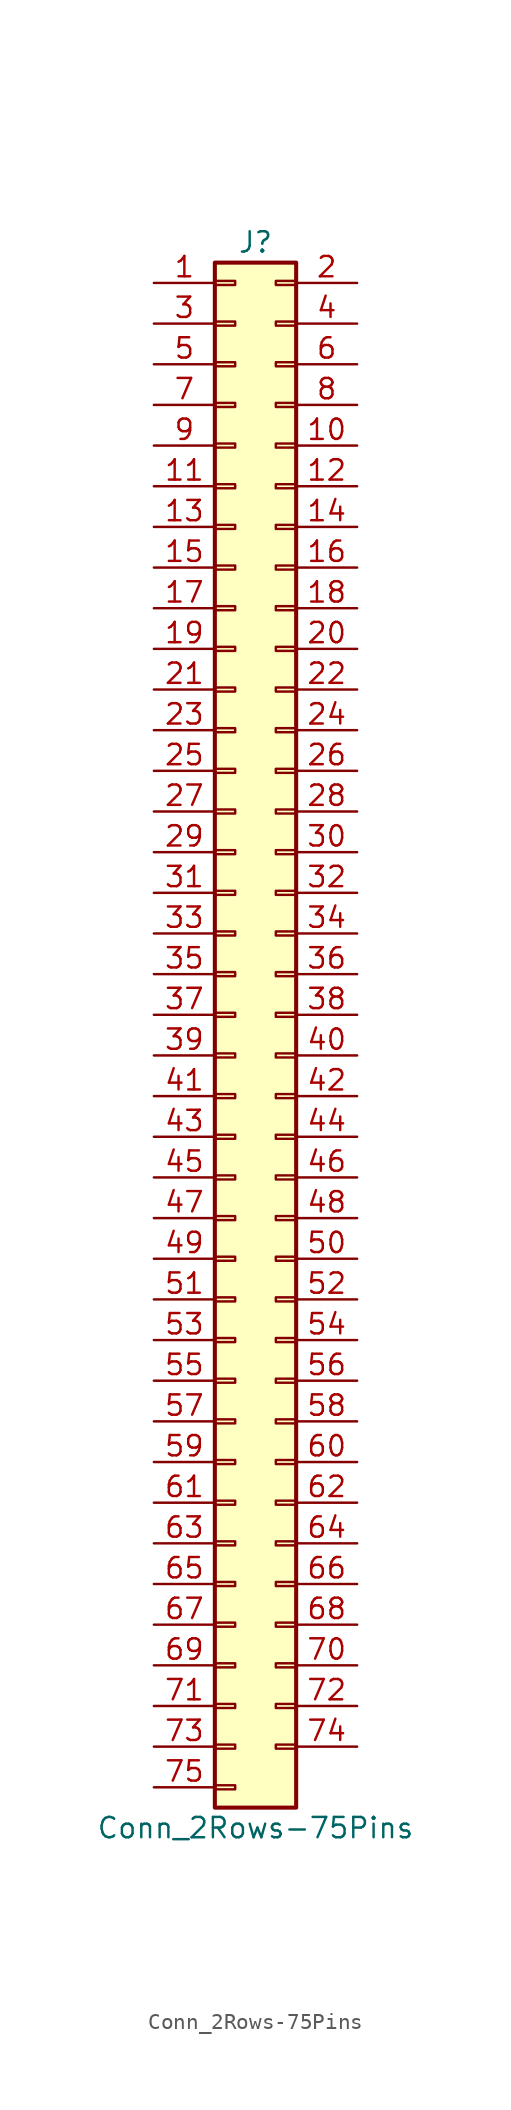
<source format=kicad_sym>
(kicad_symbol_lib
  (version 20220914)
  (generator kicad_symbol_editor)
  (symbol "Conn_2Rows-75Pins"
    (pin_names
      (offset 1.016) hide)
    (property "Reference" "J"
      (at 1.27 48.26 0)
      (effects (font (size 1.27 1.27))))
    (property "Value" "Conn_2Rows-75Pins"
      (at 1.27 -50.8 0)
      (effects (font (size 1.27 1.27))))
    (symbol "Conn_2Rows-75Pins_1_1"
      (rectangle (start -1.27 -48.133) (end 0 -48.387) (stroke (width 0.152) (type solid)) (fill (type none)))
      (rectangle (start -1.27 -45.593) (end 0 -45.847) (stroke (width 0.152) (type solid)) (fill (type none)))
      (rectangle (start -1.27 -43.053) (end 0 -43.307) (stroke (width 0.152) (type solid)) (fill (type none)))
      (rectangle (start -1.27 -40.513) (end 0 -40.767) (stroke (width 0.152) (type solid)) (fill (type none)))
      (rectangle (start -1.27 -37.973) (end 0 -38.227) (stroke (width 0.152) (type solid)) (fill (type none)))
      (rectangle (start -1.27 -35.433) (end 0 -35.687) (stroke (width 0.152) (type solid)) (fill (type none)))
      (rectangle (start -1.27 -32.893) (end 0 -33.147) (stroke (width 0.152) (type solid)) (fill (type none)))
      (rectangle (start -1.27 -30.353) (end 0 -30.607) (stroke (width 0.152) (type solid)) (fill (type none)))
      (rectangle (start -1.27 -27.813) (end 0 -28.067) (stroke (width 0.152) (type solid)) (fill (type none)))
      (rectangle (start -1.27 -25.273) (end 0 -25.527) (stroke (width 0.152) (type solid)) (fill (type none)))
      (rectangle (start -1.27 -22.733) (end 0 -22.987) (stroke (width 0.152) (type solid)) (fill (type none)))
      (rectangle (start -1.27 -20.193) (end 0 -20.447) (stroke (width 0.152) (type solid)) (fill (type none)))
      (rectangle (start -1.27 -17.653) (end 0 -17.907) (stroke (width 0.152) (type solid)) (fill (type none)))
      (rectangle (start -1.27 -15.113) (end 0 -15.367) (stroke (width 0.152) (type solid)) (fill (type none)))
      (rectangle (start -1.27 -12.573) (end 0 -12.827) (stroke (width 0.152) (type solid)) (fill (type none)))
      (rectangle (start -1.27 -10.033) (end 0 -10.287) (stroke (width 0.152) (type solid)) (fill (type none)))
      (rectangle (start -1.27 -7.493) (end 0 -7.747) (stroke (width 0.152) (type solid)) (fill (type none)))
      (rectangle (start -1.27 -4.953) (end 0 -5.207) (stroke (width 0.152) (type solid)) (fill (type none)))
      (rectangle (start -1.27 -2.413) (end 0 -2.667) (stroke (width 0.152) (type solid)) (fill (type none)))
      (rectangle (start -1.27 0.127) (end 0 -0.127) (stroke (width 0.152) (type solid)) (fill (type none)))
      (rectangle (start -1.27 2.667) (end 0 2.413) (stroke (width 0.152) (type solid)) (fill (type none)))
      (rectangle (start -1.27 5.207) (end 0 4.953) (stroke (width 0.152) (type solid)) (fill (type none)))
      (rectangle (start -1.27 7.747) (end 0 7.493) (stroke (width 0.152) (type solid)) (fill (type none)))
      (rectangle (start -1.27 10.287) (end 0 10.033) (stroke (width 0.152) (type solid)) (fill (type none)))
      (rectangle (start -1.27 12.827) (end 0 12.573) (stroke (width 0.152) (type solid)) (fill (type none)))
      (rectangle (start -1.27 15.367) (end 0 15.113) (stroke (width 0.152) (type solid)) (fill (type none)))
      (rectangle (start -1.27 17.907) (end 0 17.653) (stroke (width 0.152) (type solid)) (fill (type none)))
      (rectangle (start -1.27 20.447) (end 0 20.193) (stroke (width 0.152) (type solid)) (fill (type none)))
      (rectangle (start -1.27 22.987) (end 0 22.733) (stroke (width 0.152) (type solid)) (fill (type none)))
      (rectangle (start -1.27 25.527) (end 0 25.273) (stroke (width 0.152) (type solid)) (fill (type none)))
      (rectangle (start -1.27 28.067) (end 0 27.813) (stroke (width 0.152) (type solid)) (fill (type none)))
      (rectangle (start -1.27 30.607) (end 0 30.353) (stroke (width 0.152) (type solid)) (fill (type none)))
      (rectangle (start -1.27 33.147) (end 0 32.893) (stroke (width 0.152) (type solid)) (fill (type none)))
      (rectangle (start -1.27 35.687) (end 0 35.433) (stroke (width 0.152) (type solid)) (fill (type none)))
      (rectangle (start -1.27 38.227) (end 0 37.973) (stroke (width 0.152) (type solid)) (fill (type none)))
      (rectangle (start -1.27 40.767) (end 0 40.513) (stroke (width 0.152) (type solid)) (fill (type none)))
      (rectangle (start -1.27 43.307) (end 0 43.053) (stroke (width 0.152) (type solid)) (fill (type none)))
      (rectangle (start -1.27 45.847) (end 0 45.593) (stroke (width 0.152) (type solid)) (fill (type none)))
      (rectangle (start -1.27 46.99) (end 3.81 -49.53) (stroke (width 0.254) (type solid)) (fill (type background)))
      (rectangle (start 3.81 -45.593) (end 2.54 -45.847) (stroke (width 0.152) (type solid)) (fill (type none)))
      (rectangle (start 3.81 -43.053) (end 2.54 -43.307) (stroke (width 0.152) (type solid)) (fill (type none)))
      (rectangle (start 3.81 -40.513) (end 2.54 -40.767) (stroke (width 0.152) (type solid)) (fill (type none)))
      (rectangle (start 3.81 -37.973) (end 2.54 -38.227) (stroke (width 0.152) (type solid)) (fill (type none)))
      (rectangle (start 3.81 -35.433) (end 2.54 -35.687) (stroke (width 0.152) (type solid)) (fill (type none)))
      (rectangle (start 3.81 -32.893) (end 2.54 -33.147) (stroke (width 0.152) (type solid)) (fill (type none)))
      (rectangle (start 3.81 -30.353) (end 2.54 -30.607) (stroke (width 0.152) (type solid)) (fill (type none)))
      (rectangle (start 3.81 -27.813) (end 2.54 -28.067) (stroke (width 0.152) (type solid)) (fill (type none)))
      (rectangle (start 3.81 -25.273) (end 2.54 -25.527) (stroke (width 0.152) (type solid)) (fill (type none)))
      (rectangle (start 3.81 -22.733) (end 2.54 -22.987) (stroke (width 0.152) (type solid)) (fill (type none)))
      (rectangle (start 3.81 -20.193) (end 2.54 -20.447) (stroke (width 0.152) (type solid)) (fill (type none)))
      (rectangle (start 3.81 -17.653) (end 2.54 -17.907) (stroke (width 0.152) (type solid)) (fill (type none)))
      (rectangle (start 3.81 -15.113) (end 2.54 -15.367) (stroke (width 0.152) (type solid)) (fill (type none)))
      (rectangle (start 3.81 -12.573) (end 2.54 -12.827) (stroke (width 0.152) (type solid)) (fill (type none)))
      (rectangle (start 3.81 -10.033) (end 2.54 -10.287) (stroke (width 0.152) (type solid)) (fill (type none)))
      (rectangle (start 3.81 -7.493) (end 2.54 -7.747) (stroke (width 0.152) (type solid)) (fill (type none)))
      (rectangle (start 3.81 -4.953) (end 2.54 -5.207) (stroke (width 0.152) (type solid)) (fill (type none)))
      (rectangle (start 3.81 -2.413) (end 2.54 -2.667) (stroke (width 0.152) (type solid)) (fill (type none)))
      (rectangle (start 3.81 0.127) (end 2.54 -0.127) (stroke (width 0.152) (type solid)) (fill (type none)))
      (rectangle (start 3.81 2.667) (end 2.54 2.413) (stroke (width 0.152) (type solid)) (fill (type none)))
      (rectangle (start 3.81 5.207) (end 2.54 4.953) (stroke (width 0.152) (type solid)) (fill (type none)))
      (rectangle (start 3.81 7.747) (end 2.54 7.493) (stroke (width 0.152) (type solid)) (fill (type none)))
      (rectangle (start 3.81 10.287) (end 2.54 10.033) (stroke (width 0.152) (type solid)) (fill (type none)))
      (rectangle (start 3.81 12.827) (end 2.54 12.573) (stroke (width 0.152) (type solid)) (fill (type none)))
      (rectangle (start 3.81 15.367) (end 2.54 15.113) (stroke (width 0.152) (type solid)) (fill (type none)))
      (rectangle (start 3.81 17.907) (end 2.54 17.653) (stroke (width 0.152) (type solid)) (fill (type none)))
      (rectangle (start 3.81 20.447) (end 2.54 20.193) (stroke (width 0.152) (type solid)) (fill (type none)))
      (rectangle (start 3.81 22.987) (end 2.54 22.733) (stroke (width 0.152) (type solid)) (fill (type none)))
      (rectangle (start 3.81 25.527) (end 2.54 25.273) (stroke (width 0.152) (type solid)) (fill (type none)))
      (rectangle (start 3.81 28.067) (end 2.54 27.813) (stroke (width 0.152) (type solid)) (fill (type none)))
      (rectangle (start 3.81 30.607) (end 2.54 30.353) (stroke (width 0.152) (type solid)) (fill (type none)))
      (rectangle (start 3.81 33.147) (end 2.54 32.893) (stroke (width 0.152) (type solid)) (fill (type none)))
      (rectangle (start 3.81 35.687) (end 2.54 35.433) (stroke (width 0.152) (type solid)) (fill (type none)))
      (rectangle (start 3.81 38.227) (end 2.54 37.973) (stroke (width 0.152) (type solid)) (fill (type none)))
      (rectangle (start 3.81 40.767) (end 2.54 40.513) (stroke (width 0.152) (type solid)) (fill (type none)))
      (rectangle (start 3.81 43.307) (end 2.54 43.053) (stroke (width 0.152) (type solid)) (fill (type none)))
      (rectangle (start 3.81 45.847) (end 2.54 45.593) (stroke (width 0.152) (type solid)) (fill (type none)))
      (pin passive line (at -5.08 45.72 0) (length 3.81) (name "Pin_1" (effects (font (size 1.27 1.27)))) (number "1" (effects (font (size 1.27 1.27)))))
      (pin passive line (at 7.62 35.56 180) (length 3.81) (name "Pin_10" (effects (font (size 1.27 1.27)))) (number "10" (effects (font (size 1.27 1.27)))))
      (pin passive line (at -5.08 33.02 0) (length 3.81) (name "Pin_11" (effects (font (size 1.27 1.27)))) (number "11" (effects (font (size 1.27 1.27)))))
      (pin passive line (at 7.62 33.02 180) (length 3.81) (name "Pin_12" (effects (font (size 1.27 1.27)))) (number "12" (effects (font (size 1.27 1.27)))))
      (pin passive line (at -5.08 30.48 0) (length 3.81) (name "Pin_13" (effects (font (size 1.27 1.27)))) (number "13" (effects (font (size 1.27 1.27)))))
      (pin passive line (at 7.62 30.48 180) (length 3.81) (name "Pin_14" (effects (font (size 1.27 1.27)))) (number "14" (effects (font (size 1.27 1.27)))))
      (pin passive line (at -5.08 27.94 0) (length 3.81) (name "Pin_15" (effects (font (size 1.27 1.27)))) (number "15" (effects (font (size 1.27 1.27)))))
      (pin passive line (at 7.62 27.94 180) (length 3.81) (name "Pin_16" (effects (font (size 1.27 1.27)))) (number "16" (effects (font (size 1.27 1.27)))))
      (pin passive line (at -5.08 25.4 0) (length 3.81) (name "Pin_17" (effects (font (size 1.27 1.27)))) (number "17" (effects (font (size 1.27 1.27)))))
      (pin passive line (at 7.62 25.4 180) (length 3.81) (name "Pin_18" (effects (font (size 1.27 1.27)))) (number "18" (effects (font (size 1.27 1.27)))))
      (pin passive line (at -5.08 22.86 0) (length 3.81) (name "Pin_19" (effects (font (size 1.27 1.27)))) (number "19" (effects (font (size 1.27 1.27)))))
      (pin passive line (at 7.62 45.72 180) (length 3.81) (name "Pin_2" (effects (font (size 1.27 1.27)))) (number "2" (effects (font (size 1.27 1.27)))))
      (pin passive line (at 7.62 22.86 180) (length 3.81) (name "Pin_20" (effects (font (size 1.27 1.27)))) (number "20" (effects (font (size 1.27 1.27)))))
      (pin passive line (at -5.08 20.32 0) (length 3.81) (name "Pin_21" (effects (font (size 1.27 1.27)))) (number "21" (effects (font (size 1.27 1.27)))))
      (pin passive line (at 7.62 20.32 180) (length 3.81) (name "Pin_22" (effects (font (size 1.27 1.27)))) (number "22" (effects (font (size 1.27 1.27)))))
      (pin passive line (at -5.08 17.78 0) (length 3.81) (name "Pin_23" (effects (font (size 1.27 1.27)))) (number "23" (effects (font (size 1.27 1.27)))))
      (pin passive line (at 7.62 17.78 180) (length 3.81) (name "Pin_24" (effects (font (size 1.27 1.27)))) (number "24" (effects (font (size 1.27 1.27)))))
      (pin passive line (at -5.08 15.24 0) (length 3.81) (name "Pin_25" (effects (font (size 1.27 1.27)))) (number "25" (effects (font (size 1.27 1.27)))))
      (pin passive line (at 7.62 15.24 180) (length 3.81) (name "Pin_26" (effects (font (size 1.27 1.27)))) (number "26" (effects (font (size 1.27 1.27)))))
      (pin passive line (at -5.08 12.7 0) (length 3.81) (name "Pin_27" (effects (font (size 1.27 1.27)))) (number "27" (effects (font (size 1.27 1.27)))))
      (pin passive line (at 7.62 12.7 180) (length 3.81) (name "Pin_28" (effects (font (size 1.27 1.27)))) (number "28" (effects (font (size 1.27 1.27)))))
      (pin passive line (at -5.08 10.16 0) (length 3.81) (name "Pin_29" (effects (font (size 1.27 1.27)))) (number "29" (effects (font (size 1.27 1.27)))))
      (pin passive line (at -5.08 43.18 0) (length 3.81) (name "Pin_3" (effects (font (size 1.27 1.27)))) (number "3" (effects (font (size 1.27 1.27)))))
      (pin passive line (at 7.62 10.16 180) (length 3.81) (name "Pin_30" (effects (font (size 1.27 1.27)))) (number "30" (effects (font (size 1.27 1.27)))))
      (pin passive line (at -5.08 7.62 0) (length 3.81) (name "Pin_31" (effects (font (size 1.27 1.27)))) (number "31" (effects (font (size 1.27 1.27)))))
      (pin passive line (at 7.62 7.62 180) (length 3.81) (name "Pin_32" (effects (font (size 1.27 1.27)))) (number "32" (effects (font (size 1.27 1.27)))))
      (pin passive line (at -5.08 5.08 0) (length 3.81) (name "Pin_33" (effects (font (size 1.27 1.27)))) (number "33" (effects (font (size 1.27 1.27)))))
      (pin passive line (at 7.62 5.08 180) (length 3.81) (name "Pin_34" (effects (font (size 1.27 1.27)))) (number "34" (effects (font (size 1.27 1.27)))))
      (pin passive line (at -5.08 2.54 0) (length 3.81) (name "Pin_35" (effects (font (size 1.27 1.27)))) (number "35" (effects (font (size 1.27 1.27)))))
      (pin passive line (at 7.62 2.54 180) (length 3.81) (name "Pin_36" (effects (font (size 1.27 1.27)))) (number "36" (effects (font (size 1.27 1.27)))))
      (pin passive line (at -5.08 0 0) (length 3.81) (name "Pin_37" (effects (font (size 1.27 1.27)))) (number "37" (effects (font (size 1.27 1.27)))))
      (pin passive line (at 7.62 0 180) (length 3.81) (name "Pin_38" (effects (font (size 1.27 1.27)))) (number "38" (effects (font (size 1.27 1.27)))))
      (pin passive line (at -5.08 -2.54 0) (length 3.81) (name "Pin_39" (effects (font (size 1.27 1.27)))) (number "39" (effects (font (size 1.27 1.27)))))
      (pin passive line (at 7.62 43.18 180) (length 3.81) (name "Pin_4" (effects (font (size 1.27 1.27)))) (number "4" (effects (font (size 1.27 1.27)))))
      (pin passive line (at 7.62 -2.54 180) (length 3.81) (name "Pin_40" (effects (font (size 1.27 1.27)))) (number "40" (effects (font (size 1.27 1.27)))))
      (pin passive line (at -5.08 -5.08 0) (length 3.81) (name "Pin_41" (effects (font (size 1.27 1.27)))) (number "41" (effects (font (size 1.27 1.27)))))
      (pin passive line (at 7.62 -5.08 180) (length 3.81) (name "Pin_42" (effects (font (size 1.27 1.27)))) (number "42" (effects (font (size 1.27 1.27)))))
      (pin passive line (at -5.08 -7.62 0) (length 3.81) (name "Pin_43" (effects (font (size 1.27 1.27)))) (number "43" (effects (font (size 1.27 1.27)))))
      (pin passive line (at 7.62 -7.62 180) (length 3.81) (name "Pin_44" (effects (font (size 1.27 1.27)))) (number "44" (effects (font (size 1.27 1.27)))))
      (pin passive line (at -5.08 -10.16 0) (length 3.81) (name "Pin_45" (effects (font (size 1.27 1.27)))) (number "45" (effects (font (size 1.27 1.27)))))
      (pin passive line (at 7.62 -10.16 180) (length 3.81) (name "Pin_46" (effects (font (size 1.27 1.27)))) (number "46" (effects (font (size 1.27 1.27)))))
      (pin passive line (at -5.08 -12.7 0) (length 3.81) (name "Pin_47" (effects (font (size 1.27 1.27)))) (number "47" (effects (font (size 1.27 1.27)))))
      (pin passive line (at 7.62 -12.7 180) (length 3.81) (name "Pin_48" (effects (font (size 1.27 1.27)))) (number "48" (effects (font (size 1.27 1.27)))))
      (pin passive line (at -5.08 -15.24 0) (length 3.81) (name "Pin_49" (effects (font (size 1.27 1.27)))) (number "49" (effects (font (size 1.27 1.27)))))
      (pin passive line (at -5.08 40.64 0) (length 3.81) (name "Pin_5" (effects (font (size 1.27 1.27)))) (number "5" (effects (font (size 1.27 1.27)))))
      (pin passive line (at 7.62 -15.24 180) (length 3.81) (name "Pin_50" (effects (font (size 1.27 1.27)))) (number "50" (effects (font (size 1.27 1.27)))))
      (pin passive line (at -5.08 -17.78 0) (length 3.81) (name "Pin_51" (effects (font (size 1.27 1.27)))) (number "51" (effects (font (size 1.27 1.27)))))
      (pin passive line (at 7.62 -17.78 180) (length 3.81) (name "Pin_52" (effects (font (size 1.27 1.27)))) (number "52" (effects (font (size 1.27 1.27)))))
      (pin passive line (at -5.08 -20.32 0) (length 3.81) (name "Pin_53" (effects (font (size 1.27 1.27)))) (number "53" (effects (font (size 1.27 1.27)))))
      (pin passive line (at 7.62 -20.32 180) (length 3.81) (name "Pin_54" (effects (font (size 1.27 1.27)))) (number "54" (effects (font (size 1.27 1.27)))))
      (pin passive line (at -5.08 -22.86 0) (length 3.81) (name "Pin_55" (effects (font (size 1.27 1.27)))) (number "55" (effects (font (size 1.27 1.27)))))
      (pin passive line (at 7.62 -22.86 180) (length 3.81) (name "Pin_56" (effects (font (size 1.27 1.27)))) (number "56" (effects (font (size 1.27 1.27)))))
      (pin passive line (at -5.08 -25.4 0) (length 3.81) (name "Pin_57" (effects (font (size 1.27 1.27)))) (number "57" (effects (font (size 1.27 1.27)))))
      (pin passive line (at 7.62 -25.4 180) (length 3.81) (name "Pin_58" (effects (font (size 1.27 1.27)))) (number "58" (effects (font (size 1.27 1.27)))))
      (pin passive line (at -5.08 -27.94 0) (length 3.81) (name "Pin_59" (effects (font (size 1.27 1.27)))) (number "59" (effects (font (size 1.27 1.27)))))
      (pin passive line (at 7.62 40.64 180) (length 3.81) (name "Pin_6" (effects (font (size 1.27 1.27)))) (number "6" (effects (font (size 1.27 1.27)))))
      (pin passive line (at 7.62 -27.94 180) (length 3.81) (name "Pin_60" (effects (font (size 1.27 1.27)))) (number "60" (effects (font (size 1.27 1.27)))))
      (pin passive line (at -5.08 -30.48 0) (length 3.81) (name "Pin_61" (effects (font (size 1.27 1.27)))) (number "61" (effects (font (size 1.27 1.27)))))
      (pin passive line (at 7.62 -30.48 180) (length 3.81) (name "Pin_62" (effects (font (size 1.27 1.27)))) (number "62" (effects (font (size 1.27 1.27)))))
      (pin passive line (at -5.08 -33.02 0) (length 3.81) (name "Pin_63" (effects (font (size 1.27 1.27)))) (number "63" (effects (font (size 1.27 1.27)))))
      (pin passive line (at 7.62 -33.02 180) (length 3.81) (name "Pin_64" (effects (font (size 1.27 1.27)))) (number "64" (effects (font (size 1.27 1.27)))))
      (pin passive line (at -5.08 -35.56 0) (length 3.81) (name "Pin_65" (effects (font (size 1.27 1.27)))) (number "65" (effects (font (size 1.27 1.27)))))
      (pin passive line (at 7.62 -35.56 180) (length 3.81) (name "Pin_66" (effects (font (size 1.27 1.27)))) (number "66" (effects (font (size 1.27 1.27)))))
      (pin passive line (at -5.08 -38.1 0) (length 3.81) (name "Pin_67" (effects (font (size 1.27 1.27)))) (number "67" (effects (font (size 1.27 1.27)))))
      (pin passive line (at 7.62 -38.1 180) (length 3.81) (name "Pin_68" (effects (font (size 1.27 1.27)))) (number "68" (effects (font (size 1.27 1.27)))))
      (pin passive line (at -5.08 -40.64 0) (length 3.81) (name "Pin_69" (effects (font (size 1.27 1.27)))) (number "69" (effects (font (size 1.27 1.27)))))
      (pin passive line (at -5.08 38.1 0) (length 3.81) (name "Pin_7" (effects (font (size 1.27 1.27)))) (number "7" (effects (font (size 1.27 1.27)))))
      (pin passive line (at 7.62 -40.64 180) (length 3.81) (name "Pin_70" (effects (font (size 1.27 1.27)))) (number "70" (effects (font (size 1.27 1.27)))))
      (pin passive line (at -5.08 -43.18 0) (length 3.81) (name "Pin_71" (effects (font (size 1.27 1.27)))) (number "71" (effects (font (size 1.27 1.27)))))
      (pin passive line (at 7.62 -43.18 180) (length 3.81) (name "Pin_72" (effects (font (size 1.27 1.27)))) (number "72" (effects (font (size 1.27 1.27)))))
      (pin passive line (at -5.08 -45.72 0) (length 3.81) (name "Pin_73" (effects (font (size 1.27 1.27)))) (number "73" (effects (font (size 1.27 1.27)))))
      (pin passive line (at 7.62 -45.72 180) (length 3.81) (name "Pin_74" (effects (font (size 1.27 1.27)))) (number "74" (effects (font (size 1.27 1.27)))))
      (pin passive line (at -5.08 -48.26 0) (length 3.81) (name "Pin_75" (effects (font (size 1.27 1.27)))) (number "75" (effects (font (size 1.27 1.27)))))
      (pin passive line (at 7.62 38.1 180) (length 3.81) (name "Pin_8" (effects (font (size 1.27 1.27)))) (number "8" (effects (font (size 1.27 1.27)))))
      (pin passive line (at -5.08 35.56 0) (length 3.81) (name "Pin_9" (effects (font (size 1.27 1.27)))) (number "9" (effects (font (size 1.27 1.27))))))))
</source>
